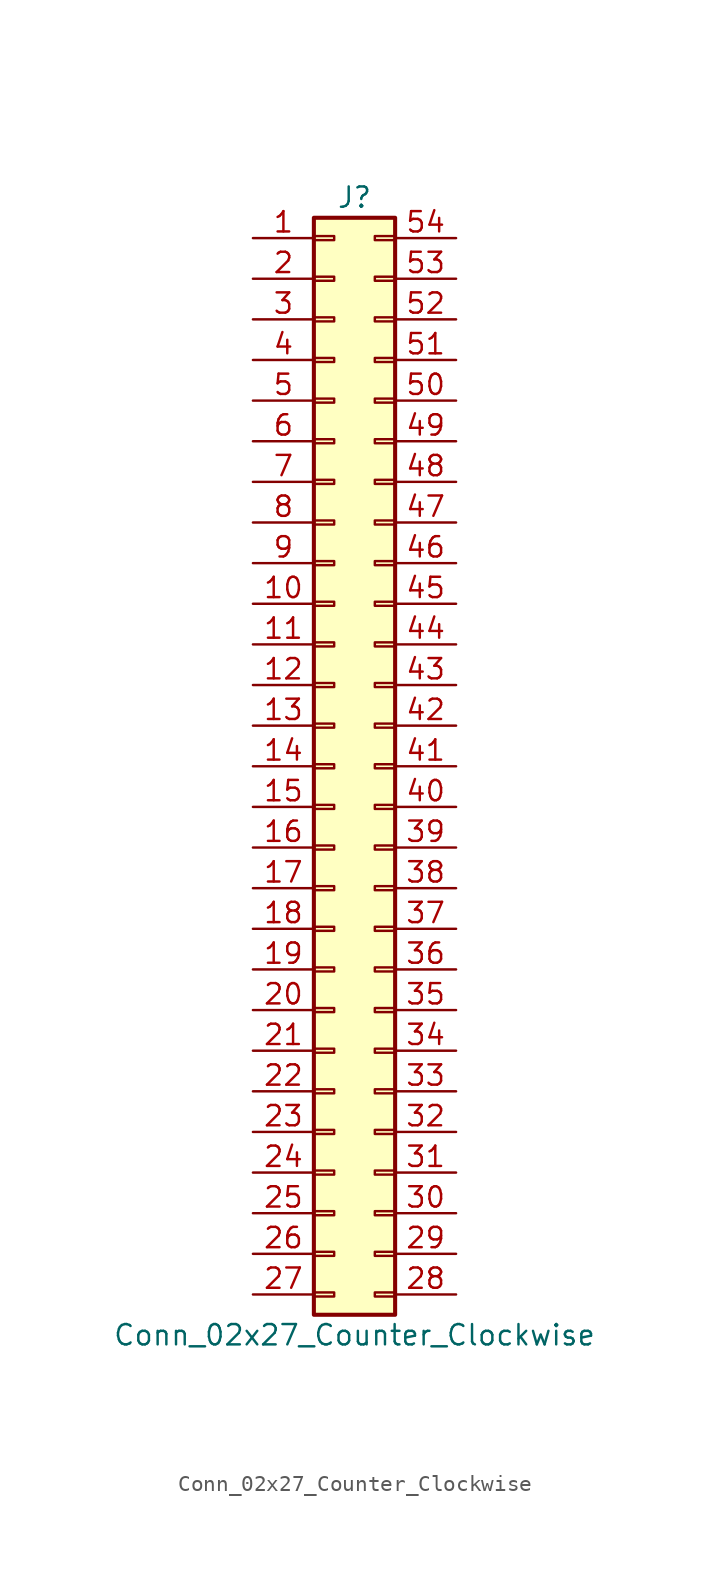
<source format=kicad_sym>
(kicad_symbol_lib
  (version 20211014)
  (generator kicad_symbol_editor)
  (symbol "Conn_02x27_Counter_Clockwise"
    (pin_names
      (offset 1.016) hide)
    (property "Reference" "J"
      (at 1.27 35.56 0)
      (effects (font (size 1.27 1.27))))
    (property "Value" "Conn_02x27_Counter_Clockwise"
      (at 1.27 -35.56 0)
      (effects (font (size 1.27 1.27))))
    (symbol "Conn_02x27_Counter_Clockwise_1_1"
      (rectangle (start -1.27 -32.893) (end 0 -33.147) (stroke (width 0.152) (type default) (color 0 0 0 0)) (fill (type none)))
      (rectangle (start -1.27 -30.353) (end 0 -30.607) (stroke (width 0.152) (type default) (color 0 0 0 0)) (fill (type none)))
      (rectangle (start -1.27 -27.813) (end 0 -28.067) (stroke (width 0.152) (type default) (color 0 0 0 0)) (fill (type none)))
      (rectangle (start -1.27 -25.273) (end 0 -25.527) (stroke (width 0.152) (type default) (color 0 0 0 0)) (fill (type none)))
      (rectangle (start -1.27 -22.733) (end 0 -22.987) (stroke (width 0.152) (type default) (color 0 0 0 0)) (fill (type none)))
      (rectangle (start -1.27 -20.193) (end 0 -20.447) (stroke (width 0.152) (type default) (color 0 0 0 0)) (fill (type none)))
      (rectangle (start -1.27 -17.653) (end 0 -17.907) (stroke (width 0.152) (type default) (color 0 0 0 0)) (fill (type none)))
      (rectangle (start -1.27 -15.113) (end 0 -15.367) (stroke (width 0.152) (type default) (color 0 0 0 0)) (fill (type none)))
      (rectangle (start -1.27 -12.573) (end 0 -12.827) (stroke (width 0.152) (type default) (color 0 0 0 0)) (fill (type none)))
      (rectangle (start -1.27 -10.033) (end 0 -10.287) (stroke (width 0.152) (type default) (color 0 0 0 0)) (fill (type none)))
      (rectangle (start -1.27 -7.493) (end 0 -7.747) (stroke (width 0.152) (type default) (color 0 0 0 0)) (fill (type none)))
      (rectangle (start -1.27 -4.953) (end 0 -5.207) (stroke (width 0.152) (type default) (color 0 0 0 0)) (fill (type none)))
      (rectangle (start -1.27 -2.413) (end 0 -2.667) (stroke (width 0.152) (type default) (color 0 0 0 0)) (fill (type none)))
      (rectangle (start -1.27 0.127) (end 0 -0.127) (stroke (width 0.152) (type default) (color 0 0 0 0)) (fill (type none)))
      (rectangle (start -1.27 2.667) (end 0 2.413) (stroke (width 0.152) (type default) (color 0 0 0 0)) (fill (type none)))
      (rectangle (start -1.27 5.207) (end 0 4.953) (stroke (width 0.152) (type default) (color 0 0 0 0)) (fill (type none)))
      (rectangle (start -1.27 7.747) (end 0 7.493) (stroke (width 0.152) (type default) (color 0 0 0 0)) (fill (type none)))
      (rectangle (start -1.27 10.287) (end 0 10.033) (stroke (width 0.152) (type default) (color 0 0 0 0)) (fill (type none)))
      (rectangle (start -1.27 12.827) (end 0 12.573) (stroke (width 0.152) (type default) (color 0 0 0 0)) (fill (type none)))
      (rectangle (start -1.27 15.367) (end 0 15.113) (stroke (width 0.152) (type default) (color 0 0 0 0)) (fill (type none)))
      (rectangle (start -1.27 17.907) (end 0 17.653) (stroke (width 0.152) (type default) (color 0 0 0 0)) (fill (type none)))
      (rectangle (start -1.27 20.447) (end 0 20.193) (stroke (width 0.152) (type default) (color 0 0 0 0)) (fill (type none)))
      (rectangle (start -1.27 22.987) (end 0 22.733) (stroke (width 0.152) (type default) (color 0 0 0 0)) (fill (type none)))
      (rectangle (start -1.27 25.527) (end 0 25.273) (stroke (width 0.152) (type default) (color 0 0 0 0)) (fill (type none)))
      (rectangle (start -1.27 28.067) (end 0 27.813) (stroke (width 0.152) (type default) (color 0 0 0 0)) (fill (type none)))
      (rectangle (start -1.27 30.607) (end 0 30.353) (stroke (width 0.152) (type default) (color 0 0 0 0)) (fill (type none)))
      (rectangle (start -1.27 33.147) (end 0 32.893) (stroke (width 0.152) (type default) (color 0 0 0 0)) (fill (type none)))
      (rectangle (start -1.27 34.29) (end 3.81 -34.29) (stroke (width 0.254) (type default) (color 0 0 0 0)) (fill (type background)))
      (rectangle (start 3.81 -32.893) (end 2.54 -33.147) (stroke (width 0.152) (type default) (color 0 0 0 0)) (fill (type none)))
      (rectangle (start 3.81 -30.353) (end 2.54 -30.607) (stroke (width 0.152) (type default) (color 0 0 0 0)) (fill (type none)))
      (rectangle (start 3.81 -27.813) (end 2.54 -28.067) (stroke (width 0.152) (type default) (color 0 0 0 0)) (fill (type none)))
      (rectangle (start 3.81 -25.273) (end 2.54 -25.527) (stroke (width 0.152) (type default) (color 0 0 0 0)) (fill (type none)))
      (rectangle (start 3.81 -22.733) (end 2.54 -22.987) (stroke (width 0.152) (type default) (color 0 0 0 0)) (fill (type none)))
      (rectangle (start 3.81 -20.193) (end 2.54 -20.447) (stroke (width 0.152) (type default) (color 0 0 0 0)) (fill (type none)))
      (rectangle (start 3.81 -17.653) (end 2.54 -17.907) (stroke (width 0.152) (type default) (color 0 0 0 0)) (fill (type none)))
      (rectangle (start 3.81 -15.113) (end 2.54 -15.367) (stroke (width 0.152) (type default) (color 0 0 0 0)) (fill (type none)))
      (rectangle (start 3.81 -12.573) (end 2.54 -12.827) (stroke (width 0.152) (type default) (color 0 0 0 0)) (fill (type none)))
      (rectangle (start 3.81 -10.033) (end 2.54 -10.287) (stroke (width 0.152) (type default) (color 0 0 0 0)) (fill (type none)))
      (rectangle (start 3.81 -7.493) (end 2.54 -7.747) (stroke (width 0.152) (type default) (color 0 0 0 0)) (fill (type none)))
      (rectangle (start 3.81 -4.953) (end 2.54 -5.207) (stroke (width 0.152) (type default) (color 0 0 0 0)) (fill (type none)))
      (rectangle (start 3.81 -2.413) (end 2.54 -2.667) (stroke (width 0.152) (type default) (color 0 0 0 0)) (fill (type none)))
      (rectangle (start 3.81 0.127) (end 2.54 -0.127) (stroke (width 0.152) (type default) (color 0 0 0 0)) (fill (type none)))
      (rectangle (start 3.81 2.667) (end 2.54 2.413) (stroke (width 0.152) (type default) (color 0 0 0 0)) (fill (type none)))
      (rectangle (start 3.81 5.207) (end 2.54 4.953) (stroke (width 0.152) (type default) (color 0 0 0 0)) (fill (type none)))
      (rectangle (start 3.81 7.747) (end 2.54 7.493) (stroke (width 0.152) (type default) (color 0 0 0 0)) (fill (type none)))
      (rectangle (start 3.81 10.287) (end 2.54 10.033) (stroke (width 0.152) (type default) (color 0 0 0 0)) (fill (type none)))
      (rectangle (start 3.81 12.827) (end 2.54 12.573) (stroke (width 0.152) (type default) (color 0 0 0 0)) (fill (type none)))
      (rectangle (start 3.81 15.367) (end 2.54 15.113) (stroke (width 0.152) (type default) (color 0 0 0 0)) (fill (type none)))
      (rectangle (start 3.81 17.907) (end 2.54 17.653) (stroke (width 0.152) (type default) (color 0 0 0 0)) (fill (type none)))
      (rectangle (start 3.81 20.447) (end 2.54 20.193) (stroke (width 0.152) (type default) (color 0 0 0 0)) (fill (type none)))
      (rectangle (start 3.81 22.987) (end 2.54 22.733) (stroke (width 0.152) (type default) (color 0 0 0 0)) (fill (type none)))
      (rectangle (start 3.81 25.527) (end 2.54 25.273) (stroke (width 0.152) (type default) (color 0 0 0 0)) (fill (type none)))
      (rectangle (start 3.81 28.067) (end 2.54 27.813) (stroke (width 0.152) (type default) (color 0 0 0 0)) (fill (type none)))
      (rectangle (start 3.81 30.607) (end 2.54 30.353) (stroke (width 0.152) (type default) (color 0 0 0 0)) (fill (type none)))
      (rectangle (start 3.81 33.147) (end 2.54 32.893) (stroke (width 0.152) (type default) (color 0 0 0 0)) (fill (type none)))
      (pin passive line (at -5.08 33.02 0) (length 3.81) (name "Pin_1" (effects (font (size 1.27 1.27)))) (number "1" (effects (font (size 1.27 1.27)))))
      (pin passive line (at -5.08 10.16 0) (length 3.81) (name "Pin_10" (effects (font (size 1.27 1.27)))) (number "10" (effects (font (size 1.27 1.27)))))
      (pin passive line (at -5.08 7.62 0) (length 3.81) (name "Pin_11" (effects (font (size 1.27 1.27)))) (number "11" (effects (font (size 1.27 1.27)))))
      (pin passive line (at -5.08 5.08 0) (length 3.81) (name "Pin_12" (effects (font (size 1.27 1.27)))) (number "12" (effects (font (size 1.27 1.27)))))
      (pin passive line (at -5.08 2.54 0) (length 3.81) (name "Pin_13" (effects (font (size 1.27 1.27)))) (number "13" (effects (font (size 1.27 1.27)))))
      (pin passive line (at -5.08 0 0) (length 3.81) (name "Pin_14" (effects (font (size 1.27 1.27)))) (number "14" (effects (font (size 1.27 1.27)))))
      (pin passive line (at -5.08 -2.54 0) (length 3.81) (name "Pin_15" (effects (font (size 1.27 1.27)))) (number "15" (effects (font (size 1.27 1.27)))))
      (pin passive line (at -5.08 -5.08 0) (length 3.81) (name "Pin_16" (effects (font (size 1.27 1.27)))) (number "16" (effects (font (size 1.27 1.27)))))
      (pin passive line (at -5.08 -7.62 0) (length 3.81) (name "Pin_17" (effects (font (size 1.27 1.27)))) (number "17" (effects (font (size 1.27 1.27)))))
      (pin passive line (at -5.08 -10.16 0) (length 3.81) (name "Pin_18" (effects (font (size 1.27 1.27)))) (number "18" (effects (font (size 1.27 1.27)))))
      (pin passive line (at -5.08 -12.7 0) (length 3.81) (name "Pin_19" (effects (font (size 1.27 1.27)))) (number "19" (effects (font (size 1.27 1.27)))))
      (pin passive line (at -5.08 30.48 0) (length 3.81) (name "Pin_2" (effects (font (size 1.27 1.27)))) (number "2" (effects (font (size 1.27 1.27)))))
      (pin passive line (at -5.08 -15.24 0) (length 3.81) (name "Pin_20" (effects (font (size 1.27 1.27)))) (number "20" (effects (font (size 1.27 1.27)))))
      (pin passive line (at -5.08 -17.78 0) (length 3.81) (name "Pin_21" (effects (font (size 1.27 1.27)))) (number "21" (effects (font (size 1.27 1.27)))))
      (pin passive line (at -5.08 -20.32 0) (length 3.81) (name "Pin_22" (effects (font (size 1.27 1.27)))) (number "22" (effects (font (size 1.27 1.27)))))
      (pin passive line (at -5.08 -22.86 0) (length 3.81) (name "Pin_23" (effects (font (size 1.27 1.27)))) (number "23" (effects (font (size 1.27 1.27)))))
      (pin passive line (at -5.08 -25.4 0) (length 3.81) (name "Pin_24" (effects (font (size 1.27 1.27)))) (number "24" (effects (font (size 1.27 1.27)))))
      (pin passive line (at -5.08 -27.94 0) (length 3.81) (name "Pin_25" (effects (font (size 1.27 1.27)))) (number "25" (effects (font (size 1.27 1.27)))))
      (pin passive line (at -5.08 -30.48 0) (length 3.81) (name "Pin_26" (effects (font (size 1.27 1.27)))) (number "26" (effects (font (size 1.27 1.27)))))
      (pin passive line (at -5.08 -33.02 0) (length 3.81) (name "Pin_27" (effects (font (size 1.27 1.27)))) (number "27" (effects (font (size 1.27 1.27)))))
      (pin passive line (at 7.62 -33.02 180) (length 3.81) (name "Pin_28" (effects (font (size 1.27 1.27)))) (number "28" (effects (font (size 1.27 1.27)))))
      (pin passive line (at 7.62 -30.48 180) (length 3.81) (name "Pin_29" (effects (font (size 1.27 1.27)))) (number "29" (effects (font (size 1.27 1.27)))))
      (pin passive line (at -5.08 27.94 0) (length 3.81) (name "Pin_3" (effects (font (size 1.27 1.27)))) (number "3" (effects (font (size 1.27 1.27)))))
      (pin passive line (at 7.62 -27.94 180) (length 3.81) (name "Pin_30" (effects (font (size 1.27 1.27)))) (number "30" (effects (font (size 1.27 1.27)))))
      (pin passive line (at 7.62 -25.4 180) (length 3.81) (name "Pin_31" (effects (font (size 1.27 1.27)))) (number "31" (effects (font (size 1.27 1.27)))))
      (pin passive line (at 7.62 -22.86 180) (length 3.81) (name "Pin_32" (effects (font (size 1.27 1.27)))) (number "32" (effects (font (size 1.27 1.27)))))
      (pin passive line (at 7.62 -20.32 180) (length 3.81) (name "Pin_33" (effects (font (size 1.27 1.27)))) (number "33" (effects (font (size 1.27 1.27)))))
      (pin passive line (at 7.62 -17.78 180) (length 3.81) (name "Pin_34" (effects (font (size 1.27 1.27)))) (number "34" (effects (font (size 1.27 1.27)))))
      (pin passive line (at 7.62 -15.24 180) (length 3.81) (name "Pin_35" (effects (font (size 1.27 1.27)))) (number "35" (effects (font (size 1.27 1.27)))))
      (pin passive line (at 7.62 -12.7 180) (length 3.81) (name "Pin_36" (effects (font (size 1.27 1.27)))) (number "36" (effects (font (size 1.27 1.27)))))
      (pin passive line (at 7.62 -10.16 180) (length 3.81) (name "Pin_37" (effects (font (size 1.27 1.27)))) (number "37" (effects (font (size 1.27 1.27)))))
      (pin passive line (at 7.62 -7.62 180) (length 3.81) (name "Pin_38" (effects (font (size 1.27 1.27)))) (number "38" (effects (font (size 1.27 1.27)))))
      (pin passive line (at 7.62 -5.08 180) (length 3.81) (name "Pin_39" (effects (font (size 1.27 1.27)))) (number "39" (effects (font (size 1.27 1.27)))))
      (pin passive line (at -5.08 25.4 0) (length 3.81) (name "Pin_4" (effects (font (size 1.27 1.27)))) (number "4" (effects (font (size 1.27 1.27)))))
      (pin passive line (at 7.62 -2.54 180) (length 3.81) (name "Pin_40" (effects (font (size 1.27 1.27)))) (number "40" (effects (font (size 1.27 1.27)))))
      (pin passive line (at 7.62 0 180) (length 3.81) (name "Pin_41" (effects (font (size 1.27 1.27)))) (number "41" (effects (font (size 1.27 1.27)))))
      (pin passive line (at 7.62 2.54 180) (length 3.81) (name "Pin_42" (effects (font (size 1.27 1.27)))) (number "42" (effects (font (size 1.27 1.27)))))
      (pin passive line (at 7.62 5.08 180) (length 3.81) (name "Pin_43" (effects (font (size 1.27 1.27)))) (number "43" (effects (font (size 1.27 1.27)))))
      (pin passive line (at 7.62 7.62 180) (length 3.81) (name "Pin_44" (effects (font (size 1.27 1.27)))) (number "44" (effects (font (size 1.27 1.27)))))
      (pin passive line (at 7.62 10.16 180) (length 3.81) (name "Pin_45" (effects (font (size 1.27 1.27)))) (number "45" (effects (font (size 1.27 1.27)))))
      (pin passive line (at 7.62 12.7 180) (length 3.81) (name "Pin_46" (effects (font (size 1.27 1.27)))) (number "46" (effects (font (size 1.27 1.27)))))
      (pin passive line (at 7.62 15.24 180) (length 3.81) (name "Pin_47" (effects (font (size 1.27 1.27)))) (number "47" (effects (font (size 1.27 1.27)))))
      (pin passive line (at 7.62 17.78 180) (length 3.81) (name "Pin_48" (effects (font (size 1.27 1.27)))) (number "48" (effects (font (size 1.27 1.27)))))
      (pin passive line (at 7.62 20.32 180) (length 3.81) (name "Pin_49" (effects (font (size 1.27 1.27)))) (number "49" (effects (font (size 1.27 1.27)))))
      (pin passive line (at -5.08 22.86 0) (length 3.81) (name "Pin_5" (effects (font (size 1.27 1.27)))) (number "5" (effects (font (size 1.27 1.27)))))
      (pin passive line (at 7.62 22.86 180) (length 3.81) (name "Pin_50" (effects (font (size 1.27 1.27)))) (number "50" (effects (font (size 1.27 1.27)))))
      (pin passive line (at 7.62 25.4 180) (length 3.81) (name "Pin_51" (effects (font (size 1.27 1.27)))) (number "51" (effects (font (size 1.27 1.27)))))
      (pin passive line (at 7.62 27.94 180) (length 3.81) (name "Pin_52" (effects (font (size 1.27 1.27)))) (number "52" (effects (font (size 1.27 1.27)))))
      (pin passive line (at 7.62 30.48 180) (length 3.81) (name "Pin_53" (effects (font (size 1.27 1.27)))) (number "53" (effects (font (size 1.27 1.27)))))
      (pin passive line (at 7.62 33.02 180) (length 3.81) (name "Pin_54" (effects (font (size 1.27 1.27)))) (number "54" (effects (font (size 1.27 1.27)))))
      (pin passive line (at -5.08 20.32 0) (length 3.81) (name "Pin_6" (effects (font (size 1.27 1.27)))) (number "6" (effects (font (size 1.27 1.27)))))
      (pin passive line (at -5.08 17.78 0) (length 3.81) (name "Pin_7" (effects (font (size 1.27 1.27)))) (number "7" (effects (font (size 1.27 1.27)))))
      (pin passive line (at -5.08 15.24 0) (length 3.81) (name "Pin_8" (effects (font (size 1.27 1.27)))) (number "8" (effects (font (size 1.27 1.27)))))
      (pin passive line (at -5.08 12.7 0) (length 3.81) (name "Pin_9" (effects (font (size 1.27 1.27)))) (number "9" (effects (font (size 1.27 1.27))))))))
</source>
